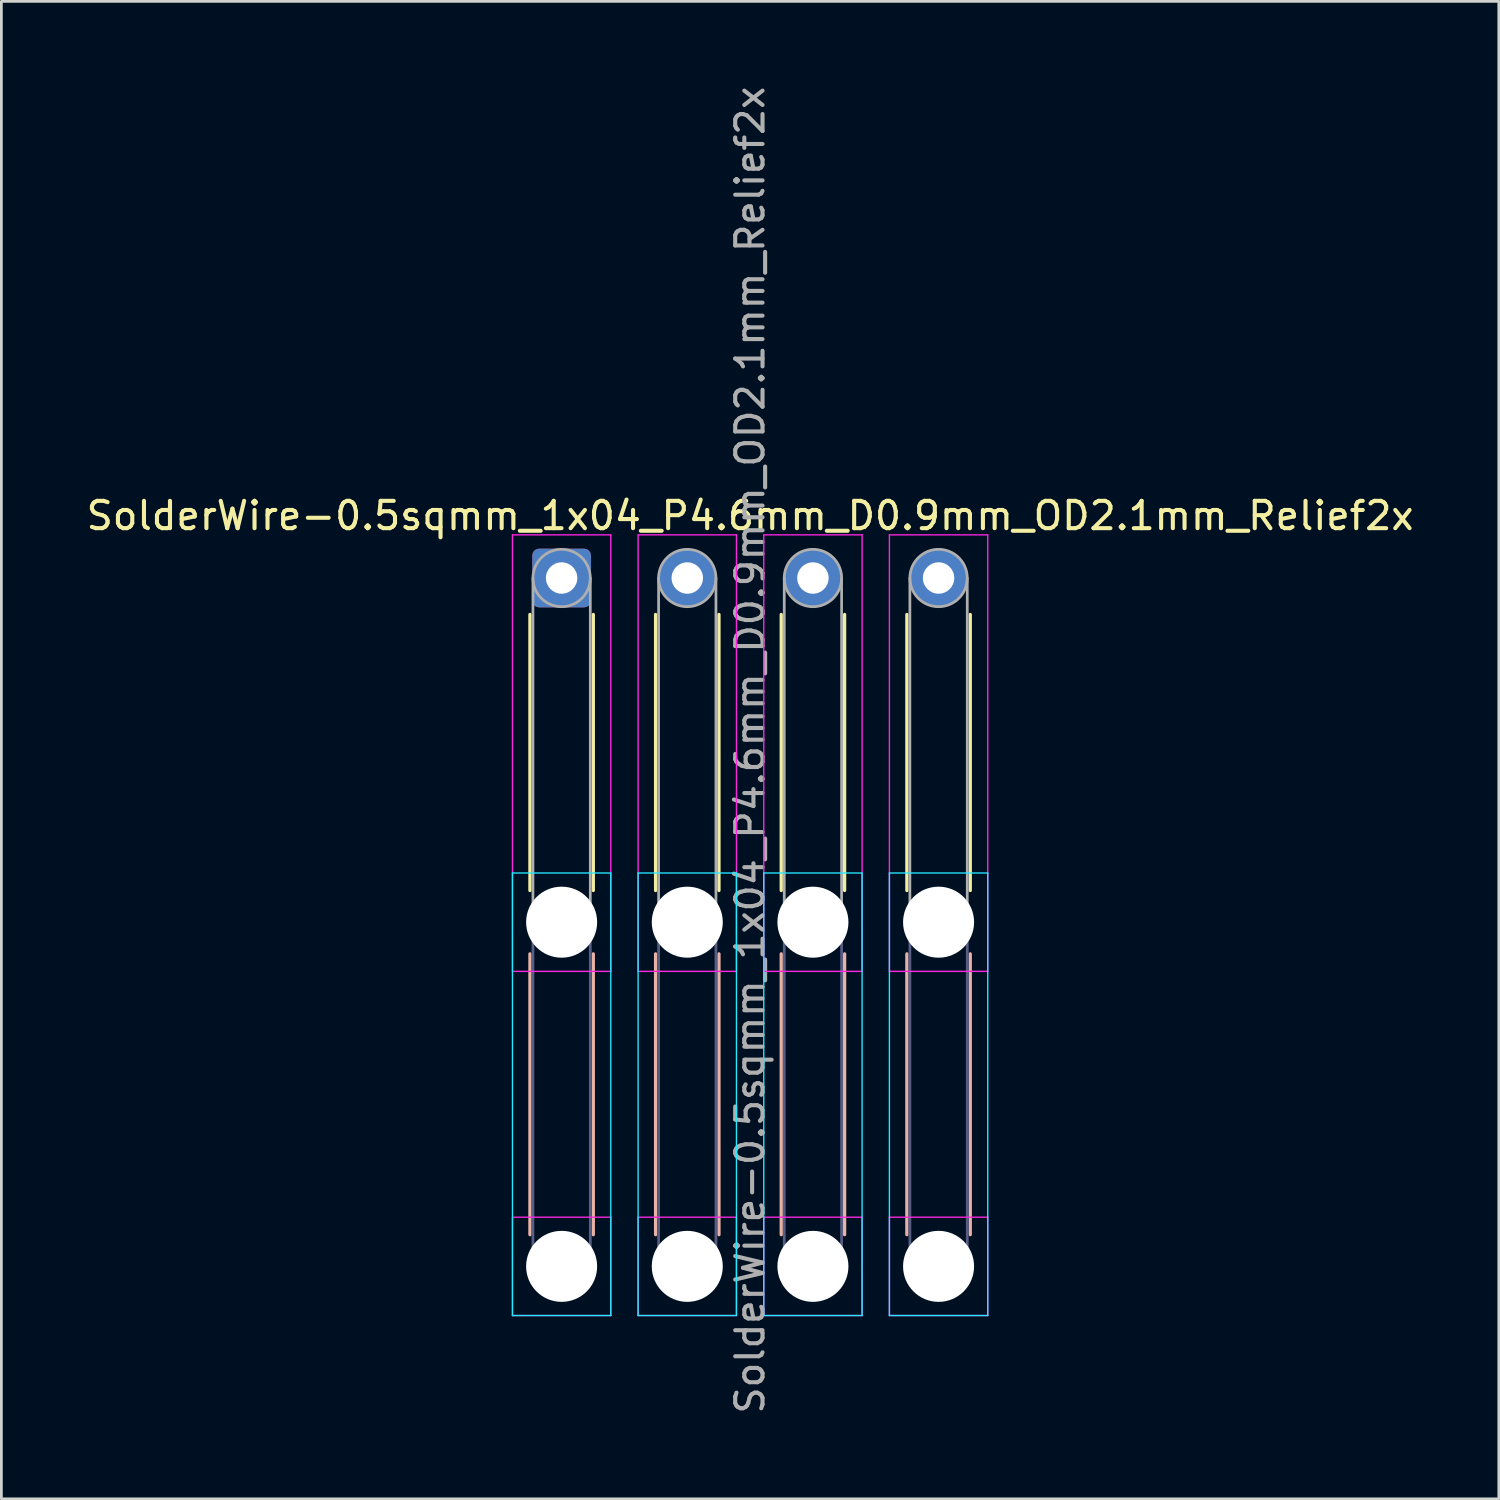
<source format=kicad_pcb>
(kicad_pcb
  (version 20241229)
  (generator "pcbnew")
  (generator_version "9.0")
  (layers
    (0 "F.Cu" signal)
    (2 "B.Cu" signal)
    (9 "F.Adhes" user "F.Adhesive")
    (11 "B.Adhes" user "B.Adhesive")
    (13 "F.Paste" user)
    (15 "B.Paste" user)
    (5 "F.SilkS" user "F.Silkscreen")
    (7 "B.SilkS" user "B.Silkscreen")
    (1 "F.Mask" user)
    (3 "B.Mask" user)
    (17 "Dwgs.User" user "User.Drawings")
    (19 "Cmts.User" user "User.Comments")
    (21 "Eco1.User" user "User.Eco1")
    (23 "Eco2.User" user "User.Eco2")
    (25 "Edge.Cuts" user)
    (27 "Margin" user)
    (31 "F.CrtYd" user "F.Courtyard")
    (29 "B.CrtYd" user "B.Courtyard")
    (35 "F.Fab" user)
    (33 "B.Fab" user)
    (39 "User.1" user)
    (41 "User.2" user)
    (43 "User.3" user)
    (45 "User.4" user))
  (footprint "SolderWire-0.5sqmm_1x04_P4.6mm_D0.9mm_OD2.1mm_Relief2x"
    (layer "F.Cu")
    (at 17.511 18.111)
    (property "Reference" "SolderWire-0.5sqmm_1x04_P4.6mm_D0.9mm_OD2.1mm_Relief2x" (at 6.9 -2.28 0) (layer "F.SilkS") (effects (font (size 1 1) (thickness 0.15))))
    (attr exclude_from_pos_files exclude_from_bom)
    (fp_line (start -1.16 1.335) (end -1.16 11.44) (stroke (width 0.12) (type solid)) (layer "F.SilkS"))
    (fp_line (start 1.16 1.335) (end 1.16 11.44) (stroke (width 0.12) (type solid)) (layer "F.SilkS"))
    (fp_line (start 3.44 1.335) (end 3.44 11.44) (stroke (width 0.12) (type solid)) (layer "F.SilkS"))
    (fp_line (start 5.76 1.335) (end 5.76 11.44) (stroke (width 0.12) (type solid)) (layer "F.SilkS"))
    (fp_line (start 8.04 1.335) (end 8.04 11.44) (stroke (width 0.12) (type solid)) (layer "F.SilkS"))
    (fp_line (start 10.36 1.335) (end 10.36 11.44) (stroke (width 0.12) (type solid)) (layer "F.SilkS"))
    (fp_line (start 12.64 1.335) (end 12.64 11.44) (stroke (width 0.12) (type solid)) (layer "F.SilkS"))
    (fp_line (start 14.96 1.335) (end 14.96 11.44) (stroke (width 0.12) (type solid)) (layer "F.SilkS"))
    (fp_line (start -1.16 13.76) (end -1.16 24.04) (stroke (width 0.12) (type solid)) (layer "B.SilkS"))
    (fp_line (start 1.16 13.76) (end 1.16 24.04) (stroke (width 0.12) (type solid)) (layer "B.SilkS"))
    (fp_line (start 3.44 13.76) (end 3.44 24.04) (stroke (width 0.12) (type solid)) (layer "B.SilkS"))
    (fp_line (start 5.76 13.76) (end 5.76 24.04) (stroke (width 0.12) (type solid)) (layer "B.SilkS"))
    (fp_line (start 8.04 13.76) (end 8.04 24.04) (stroke (width 0.12) (type solid)) (layer "B.SilkS"))
    (fp_line (start 10.36 13.76) (end 10.36 24.04) (stroke (width 0.12) (type solid)) (layer "B.SilkS"))
    (fp_line (start 12.64 13.76) (end 12.64 24.04) (stroke (width 0.12) (type solid)) (layer "B.SilkS"))
    (fp_line (start 14.96 13.76) (end 14.96 24.04) (stroke (width 0.12) (type solid)) (layer "B.SilkS"))
    (fp_line (start -1.8 10.8) (end -1.8 27) (stroke (width 0.05) (type solid)) (layer "B.CrtYd"))
    (fp_line (start -1.8 27) (end 1.8 27) (stroke (width 0.05) (type solid)) (layer "B.CrtYd"))
    (fp_line (start 1.8 10.8) (end -1.8 10.8) (stroke (width 0.05) (type solid)) (layer "B.CrtYd"))
    (fp_line (start 1.8 27) (end 1.8 10.8) (stroke (width 0.05) (type solid)) (layer "B.CrtYd"))
    (fp_line (start 2.8 10.8) (end 2.8 27) (stroke (width 0.05) (type solid)) (layer "B.CrtYd"))
    (fp_line (start 2.8 27) (end 6.4 27) (stroke (width 0.05) (type solid)) (layer "B.CrtYd"))
    (fp_line (start 6.4 10.8) (end 2.8 10.8) (stroke (width 0.05) (type solid)) (layer "B.CrtYd"))
    (fp_line (start 6.4 27) (end 6.4 10.8) (stroke (width 0.05) (type solid)) (layer "B.CrtYd"))
    (fp_line (start 7.4 10.8) (end 7.4 27) (stroke (width 0.05) (type solid)) (layer "B.CrtYd"))
    (fp_line (start 7.4 27) (end 11 27) (stroke (width 0.05) (type solid)) (layer "B.CrtYd"))
    (fp_line (start 11 10.8) (end 7.4 10.8) (stroke (width 0.05) (type solid)) (layer "B.CrtYd"))
    (fp_line (start 11 27) (end 11 10.8) (stroke (width 0.05) (type solid)) (layer "B.CrtYd"))
    (fp_line (start 12 10.8) (end 12 27) (stroke (width 0.05) (type solid)) (layer "B.CrtYd"))
    (fp_line (start 12 27) (end 15.6 27) (stroke (width 0.05) (type solid)) (layer "B.CrtYd"))
    (fp_line (start 15.6 10.8) (end 12 10.8) (stroke (width 0.05) (type solid)) (layer "B.CrtYd"))
    (fp_line (start 15.6 27) (end 15.6 10.8) (stroke (width 0.05) (type solid)) (layer "B.CrtYd"))
    (fp_line (start -1.8 -1.58) (end -1.8 14.4) (stroke (width 0.05) (type solid)) (layer "F.CrtYd"))
    (fp_line (start -1.8 14.4) (end 1.8 14.4) (stroke (width 0.05) (type solid)) (layer "F.CrtYd"))
    (fp_line (start -1.8 23.4) (end -1.8 27) (stroke (width 0.05) (type solid)) (layer "F.CrtYd"))
    (fp_line (start -1.8 27) (end 1.8 27) (stroke (width 0.05) (type solid)) (layer "F.CrtYd"))
    (fp_line (start 1.8 -1.58) (end -1.8 -1.58) (stroke (width 0.05) (type solid)) (layer "F.CrtYd"))
    (fp_line (start 1.8 14.4) (end 1.8 -1.58) (stroke (width 0.05) (type solid)) (layer "F.CrtYd"))
    (fp_line (start 1.8 23.4) (end -1.8 23.4) (stroke (width 0.05) (type solid)) (layer "F.CrtYd"))
    (fp_line (start 1.8 27) (end 1.8 23.4) (stroke (width 0.05) (type solid)) (layer "F.CrtYd"))
    (fp_line (start 2.8 -1.58) (end 2.8 14.4) (stroke (width 0.05) (type solid)) (layer "F.CrtYd"))
    (fp_line (start 2.8 14.4) (end 6.4 14.4) (stroke (width 0.05) (type solid)) (layer "F.CrtYd"))
    (fp_line (start 2.8 23.4) (end 2.8 27) (stroke (width 0.05) (type solid)) (layer "F.CrtYd"))
    (fp_line (start 2.8 27) (end 6.4 27) (stroke (width 0.05) (type solid)) (layer "F.CrtYd"))
    (fp_line (start 6.4 -1.58) (end 2.8 -1.58) (stroke (width 0.05) (type solid)) (layer "F.CrtYd"))
    (fp_line (start 6.4 14.4) (end 6.4 -1.58) (stroke (width 0.05) (type solid)) (layer "F.CrtYd"))
    (fp_line (start 6.4 23.4) (end 2.8 23.4) (stroke (width 0.05) (type solid)) (layer "F.CrtYd"))
    (fp_line (start 6.4 27) (end 6.4 23.4) (stroke (width 0.05) (type solid)) (layer "F.CrtYd"))
    (fp_line (start 7.4 -1.58) (end 7.4 14.4) (stroke (width 0.05) (type solid)) (layer "F.CrtYd"))
    (fp_line (start 7.4 14.4) (end 11 14.4) (stroke (width 0.05) (type solid)) (layer "F.CrtYd"))
    (fp_line (start 7.4 23.4) (end 7.4 27) (stroke (width 0.05) (type solid)) (layer "F.CrtYd"))
    (fp_line (start 7.4 27) (end 11 27) (stroke (width 0.05) (type solid)) (layer "F.CrtYd"))
    (fp_line (start 11 -1.58) (end 7.4 -1.58) (stroke (width 0.05) (type solid)) (layer "F.CrtYd"))
    (fp_line (start 11 14.4) (end 11 -1.58) (stroke (width 0.05) (type solid)) (layer "F.CrtYd"))
    (fp_line (start 11 23.4) (end 7.4 23.4) (stroke (width 0.05) (type solid)) (layer "F.CrtYd"))
    (fp_line (start 11 27) (end 11 23.4) (stroke (width 0.05) (type solid)) (layer "F.CrtYd"))
    (fp_line (start 12 -1.58) (end 12 14.4) (stroke (width 0.05) (type solid)) (layer "F.CrtYd"))
    (fp_line (start 12 14.4) (end 15.6 14.4) (stroke (width 0.05) (type solid)) (layer "F.CrtYd"))
    (fp_line (start 12 23.4) (end 12 27) (stroke (width 0.05) (type solid)) (layer "F.CrtYd"))
    (fp_line (start 12 27) (end 15.6 27) (stroke (width 0.05) (type solid)) (layer "F.CrtYd"))
    (fp_line (start 15.6 -1.58) (end 12 -1.58) (stroke (width 0.05) (type solid)) (layer "F.CrtYd"))
    (fp_line (start 15.6 14.4) (end 15.6 -1.58) (stroke (width 0.05) (type solid)) (layer "F.CrtYd"))
    (fp_line (start 15.6 23.4) (end 12 23.4) (stroke (width 0.05) (type solid)) (layer "F.CrtYd"))
    (fp_line (start 15.6 27) (end 15.6 23.4) (stroke (width 0.05) (type solid)) (layer "F.CrtYd"))
    (fp_line (start -1.05 12.6) (end -1.05 25.2) (stroke (width 0.1) (type solid)) (layer "B.Fab"))
    (fp_line (start 1.05 12.6) (end 1.05 25.2) (stroke (width 0.1) (type solid)) (layer "B.Fab"))
    (fp_line (start 3.55 12.6) (end 3.55 25.2) (stroke (width 0.1) (type solid)) (layer "B.Fab"))
    (fp_line (start 5.65 12.6) (end 5.65 25.2) (stroke (width 0.1) (type solid)) (layer "B.Fab"))
    (fp_line (start 8.15 12.6) (end 8.15 25.2) (stroke (width 0.1) (type solid)) (layer "B.Fab"))
    (fp_line (start 10.25 12.6) (end 10.25 25.2) (stroke (width 0.1) (type solid)) (layer "B.Fab"))
    (fp_line (start 12.75 12.6) (end 12.75 25.2) (stroke (width 0.1) (type solid)) (layer "B.Fab"))
    (fp_line (start 14.85 12.6) (end 14.85 25.2) (stroke (width 0.1) (type solid)) (layer "B.Fab"))
    (fp_circle (center 0 12.6) (end 1.05 12.6) (stroke (width 0.1) (type solid)) (fill no) (layer "B.Fab"))
    (fp_circle (center 0 25.2) (end 1.05 25.2) (stroke (width 0.1) (type solid)) (fill no) (layer "B.Fab"))
    (fp_circle (center 4.6 12.6) (end 5.65 12.6) (stroke (width 0.1) (type solid)) (fill no) (layer "B.Fab"))
    (fp_circle (center 4.6 25.2) (end 5.65 25.2) (stroke (width 0.1) (type solid)) (fill no) (layer "B.Fab"))
    (fp_circle (center 9.2 12.6) (end 10.25 12.6) (stroke (width 0.1) (type solid)) (fill no) (layer "B.Fab"))
    (fp_circle (center 9.2 25.2) (end 10.25 25.2) (stroke (width 0.1) (type solid)) (fill no) (layer "B.Fab"))
    (fp_circle (center 13.8 12.6) (end 14.85 12.6) (stroke (width 0.1) (type solid)) (fill no) (layer "B.Fab"))
    (fp_circle (center 13.8 25.2) (end 14.85 25.2) (stroke (width 0.1) (type solid)) (fill no) (layer "B.Fab"))
    (fp_line (start -1.05 0) (end -1.05 12.6) (stroke (width 0.1) (type solid)) (layer "F.Fab"))
    (fp_line (start 1.05 0) (end 1.05 12.6) (stroke (width 0.1) (type solid)) (layer "F.Fab"))
    (fp_line (start 3.55 0) (end 3.55 12.6) (stroke (width 0.1) (type solid)) (layer "F.Fab"))
    (fp_line (start 5.65 0) (end 5.65 12.6) (stroke (width 0.1) (type solid)) (layer "F.Fab"))
    (fp_line (start 8.15 0) (end 8.15 12.6) (stroke (width 0.1) (type solid)) (layer "F.Fab"))
    (fp_line (start 10.25 0) (end 10.25 12.6) (stroke (width 0.1) (type solid)) (layer "F.Fab"))
    (fp_line (start 12.75 0) (end 12.75 12.6) (stroke (width 0.1) (type solid)) (layer "F.Fab"))
    (fp_line (start 14.85 0) (end 14.85 12.6) (stroke (width 0.1) (type solid)) (layer "F.Fab"))
    (fp_circle (center 0 0) (end 1.05 0) (stroke (width 0.1) (type solid)) (fill no) (layer "F.Fab"))
    (fp_circle (center 0 12.6) (end 1.05 12.6) (stroke (width 0.1) (type solid)) (fill no) (layer "F.Fab"))
    (fp_circle (center 0 25.2) (end 1.05 25.2) (stroke (width 0.1) (type solid)) (fill no) (layer "F.Fab"))
    (fp_circle (center 4.6 0) (end 5.65 0) (stroke (width 0.1) (type solid)) (fill no) (layer "F.Fab"))
    (fp_circle (center 4.6 12.6) (end 5.65 12.6) (stroke (width 0.1) (type solid)) (fill no) (layer "F.Fab"))
    (fp_circle (center 4.6 25.2) (end 5.65 25.2) (stroke (width 0.1) (type solid)) (fill no) (layer "F.Fab"))
    (fp_circle (center 9.2 0) (end 10.25 0) (stroke (width 0.1) (type solid)) (fill no) (layer "F.Fab"))
    (fp_circle (center 9.2 12.6) (end 10.25 12.6) (stroke (width 0.1) (type solid)) (fill no) (layer "F.Fab"))
    (fp_circle (center 9.2 25.2) (end 10.25 25.2) (stroke (width 0.1) (type solid)) (fill no) (layer "F.Fab"))
    (fp_circle (center 13.8 0) (end 14.85 0) (stroke (width 0.1) (type solid)) (fill no) (layer "F.Fab"))
    (fp_circle (center 13.8 12.6) (end 14.85 12.6) (stroke (width 0.1) (type solid)) (fill no) (layer "F.Fab"))
    (fp_circle (center 13.8 25.2) (end 14.85 25.2) (stroke (width 0.1) (type solid)) (fill no) (layer "F.Fab"))
    (fp_text user "${REFERENCE}" (at 6.9 6.3 90) (layer "F.Fab") (effects (font (size 1 1) (thickness 0.15))))
    (pad "" np_thru_hole circle (at 0 12.6) (size 2.6 2.6) (drill 2.6) (layers "*.Cu" "*.Mask"))
    (pad "" np_thru_hole circle (at 0 25.2) (size 2.6 2.6) (drill 2.6) (layers "*.Cu" "*.Mask"))
    (pad "" np_thru_hole circle (at 4.6 12.6) (size 2.6 2.6) (drill 2.6) (layers "*.Cu" "*.Mask"))
    (pad "" np_thru_hole circle (at 4.6 25.2) (size 2.6 2.6) (drill 2.6) (layers "*.Cu" "*.Mask"))
    (pad "" np_thru_hole circle (at 9.2 12.6) (size 2.6 2.6) (drill 2.6) (layers "*.Cu" "*.Mask"))
    (pad "" np_thru_hole circle (at 9.2 25.2) (size 2.6 2.6) (drill 2.6) (layers "*.Cu" "*.Mask"))
    (pad "" np_thru_hole circle (at 13.8 12.6) (size 2.6 2.6) (drill 2.6) (layers "*.Cu" "*.Mask"))
    (pad "" np_thru_hole circle (at 13.8 25.2) (size 2.6 2.6) (drill 2.6) (layers "*.Cu" "*.Mask"))
    (pad "1" thru_hole roundrect (at 0 0) (size 2.15 2.15) (drill 1.15) (layers "*.Cu" "*.Mask") (roundrect_rratio 0.116))
    (pad "2" thru_hole circle (at 4.6 0) (size 2.15 2.15) (drill 1.15) (layers "*.Cu" "*.Mask"))
    (pad "3" thru_hole circle (at 9.2 0) (size 2.15 2.15) (drill 1.15) (layers "*.Cu" "*.Mask"))
    (pad "4" thru_hole circle (at 13.8 0) (size 2.15 2.15) (drill 1.15) (layers "*.Cu" "*.Mask")))
  (gr_rect
    (start -3 -3)
    (end 51.821 51.821)
    (stroke (width 0.1) (type default))
    (fill no)
    (layer "Edge.Cuts")))
</source>
